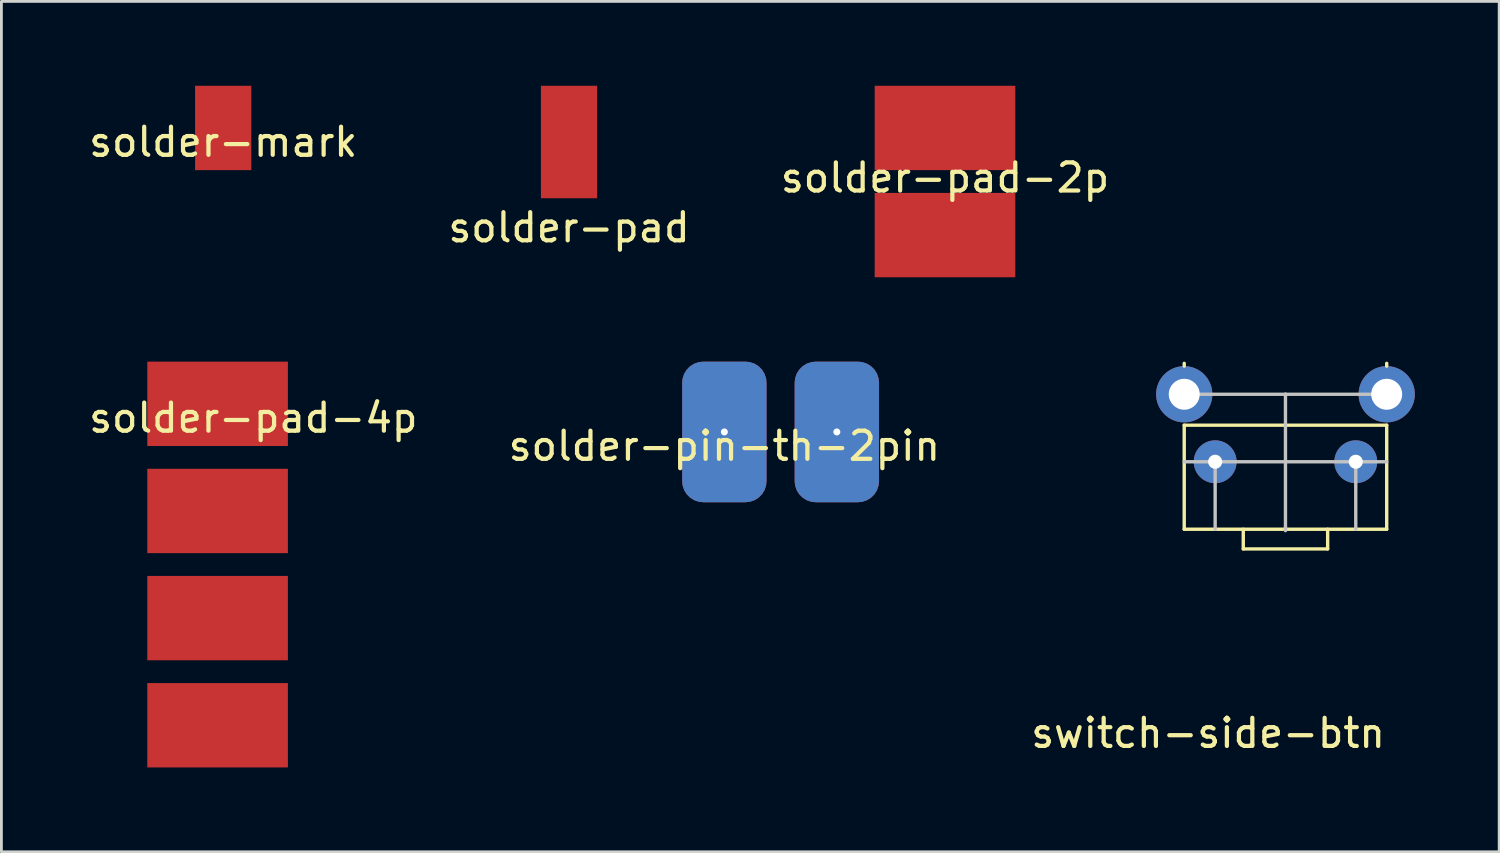
<source format=kicad_pcb>
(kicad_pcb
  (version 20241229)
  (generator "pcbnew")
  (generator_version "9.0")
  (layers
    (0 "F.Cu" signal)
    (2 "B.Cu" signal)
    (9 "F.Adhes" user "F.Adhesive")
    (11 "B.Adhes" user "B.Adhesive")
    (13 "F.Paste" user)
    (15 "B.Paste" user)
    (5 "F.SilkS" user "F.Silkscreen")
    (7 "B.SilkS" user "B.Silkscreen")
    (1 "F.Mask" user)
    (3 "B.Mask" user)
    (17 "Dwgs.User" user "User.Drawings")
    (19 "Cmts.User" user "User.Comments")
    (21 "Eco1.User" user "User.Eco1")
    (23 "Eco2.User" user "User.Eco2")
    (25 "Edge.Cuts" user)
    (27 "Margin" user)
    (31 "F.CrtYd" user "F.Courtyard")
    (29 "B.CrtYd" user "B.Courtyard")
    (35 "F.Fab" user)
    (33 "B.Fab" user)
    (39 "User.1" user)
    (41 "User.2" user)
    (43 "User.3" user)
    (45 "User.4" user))
  (footprint "switch-side-btn"
    (layer "F.Cu")
    (at 42.661 15.77)
    (property "Reference" "switch-side-btn" (at -2.75 7.25 0) (layer "F.SilkS") (effects (font (size 1 1) (thickness 0.15))))
    (attr through_hole)
    (fp_line (start -3.6 -5.9) (end -3.6 -5.8) (stroke (width 0.12) (type solid)) (layer "F.SilkS"))
    (fp_line (start -3.6 -3.7) (end 3.6 -3.7) (stroke (width 0.12) (type solid)) (layer "F.SilkS"))
    (fp_line (start -3.6 0) (end -3.6 -3.7) (stroke (width 0.12) (type solid)) (layer "F.SilkS"))
    (fp_line (start -1.5 0) (end -1.5 0.7) (stroke (width 0.12) (type solid)) (layer "F.SilkS"))
    (fp_line (start -1.5 0.7) (end 1.5 0.7) (stroke (width 0.12) (type solid)) (layer "F.SilkS"))
    (fp_line (start 0 0) (end -3.6 0) (stroke (width 0.12) (type solid)) (layer "F.SilkS"))
    (fp_line (start 0 0) (end 3.6 0) (stroke (width 0.12) (type solid)) (layer "F.SilkS"))
    (fp_line (start 1.5 0.7) (end 1.5 0) (stroke (width 0.12) (type solid)) (layer "F.SilkS"))
    (fp_line (start 3.6 -5.8) (end 3.6 -5.9) (stroke (width 0.12) (type solid)) (layer "F.SilkS"))
    (fp_line (start 3.6 0) (end 3.6 -3.7) (stroke (width 0.12) (type solid)) (layer "F.SilkS"))
    (fp_line (start -2.5 -2.4) (end -2.5 0) (stroke (width 0.12) (type solid)) (layer "Dwgs.User"))
    (fp_line (start 0 -4.8) (end -3.6 -4.8) (stroke (width 0.12) (type solid)) (layer "Dwgs.User"))
    (fp_line (start 0 -4.8) (end 3.6 -4.8) (stroke (width 0.12) (type solid)) (layer "Dwgs.User"))
    (fp_line (start 0 -2.4) (end -3.6 -2.4) (stroke (width 0.12) (type solid)) (layer "Dwgs.User"))
    (fp_line (start 0 -2.4) (end 0 -4.8) (stroke (width 0.12) (type solid)) (layer "Dwgs.User"))
    (fp_line (start 0 -2.4) (end 3.6 -2.4) (stroke (width 0.12) (type solid)) (layer "Dwgs.User"))
    (fp_line (start 0 -0.05) (end 0 0.05) (stroke (width 0.12) (type solid)) (layer "Dwgs.User"))
    (fp_line (start 0 0) (end 0 -2.4) (stroke (width 0.12) (type solid)) (layer "Dwgs.User"))
    (fp_line (start 2.5 -2.4) (end 2.5 0) (stroke (width 0.12) (type solid)) (layer "Dwgs.User"))
    (pad "1" thru_hole circle (at -2.5 -2.4) (size 1.524 1.524) (drill 0.5) (layers "*.Cu" "*.Mask"))
    (pad "2" thru_hole circle (at 2.5 -2.4) (size 1.524 1.524) (drill 0.5) (layers "*.Cu" "*.Mask"))
    (pad "3" thru_hole circle (at -3.6 -4.8) (size 2 2) (drill 1.1) (layers "*.Cu" "*.Mask"))
    (pad "4" thru_hole circle (at 3.6 -4.8) (size 2 2) (drill 1.1) (layers "*.Cu" "*.Mask")))
  (footprint "solder-pad-2p"
    (layer "F.Cu")
    (at 30.554 2.77)
    (property "Reference" "solder-pad-2p" (at 0 0.5 0) (layer "F.SilkS") (effects (font (size 1 1) (thickness 0.15))))
    (attr through_hole)
    (pad "1" smd rect (at 0 -1.27) (size 5 3) (layers "F.Cu" "F.Mask" "F.Paste"))
    (pad "2" smd rect (at 0 2.54) (size 5 3) (layers "F.Cu" "F.Mask" "F.Paste")))
  (footprint "solder-mark"
    (layer "F.Cu")
    (at 4.887 1.5)
    (property "Reference" "solder-mark" (at 0 0.5 0) (layer "F.SilkS") (effects (font (size 1 1) (thickness 0.15))))
    (attr through_hole)
    (pad "1" smd rect (at 0 0) (size 2 3) (layers "F.Cu" "F.Mask" "F.Paste")))
  (footprint "solder-pad-4p"
    (layer "F.Cu")
    (at 5.958 11.31)
    (property "Reference" "solder-pad-4p" (at 0 0.5 0) (layer "F.SilkS") (effects (font (size 1 1) (thickness 0.15))))
    (attr through_hole)
    (pad "1" smd rect (at -1.27 0) (size 5 3) (layers "F.Cu" "F.Mask" "F.Paste"))
    (pad "2" smd rect (at -1.27 3.81) (size 5 3) (layers "F.Cu" "F.Mask" "F.Paste"))
    (pad "3" smd rect (at -1.27 7.62) (size 5 3) (layers "F.Cu" "F.Mask" "F.Paste"))
    (pad "4" smd rect (at -1.27 11.43) (size 5 3) (layers "F.Cu" "F.Mask" "F.Paste")))
  (footprint "solder-pin-th-2pin"
    (layer "F.Cu")
    (at 22.708 12.31)
    (property "Reference" "solder-pin-th-2pin" (at 0 0.5 0) (layer "F.SilkS") (effects (font (size 1 1) (thickness 0.15))))
    (attr through_hole)
    (pad "1" thru_hole roundrect (at 0 0) (size 3 5) (drill 0.25) (layers "*.Cu" "*.Mask") (roundrect_rratio 0.25))
    (pad "2" thru_hole roundrect (at 4 0) (size 3 5) (drill 0.25) (layers "*.Cu" "*.Mask") (roundrect_rratio 0.25)))
  (footprint "solder-pad"
    (layer "F.Cu")
    (at 17.185 4.54)
    (property "Reference" "solder-pad" (at 0 0.5 0) (layer "F.SilkS") (effects (font (size 1 1) (thickness 0.15))))
    (attr through_hole)
    (pad "1" smd rect (at 0 -2.54) (size 2 4) (layers "F.Cu" "F.Mask" "F.Paste")))
  (gr_rect
    (start -3 -3)
    (end 50.261 27.24)
    (stroke (width 0.1) (type default))
    (fill no)
    (layer "Edge.Cuts")))
</source>
